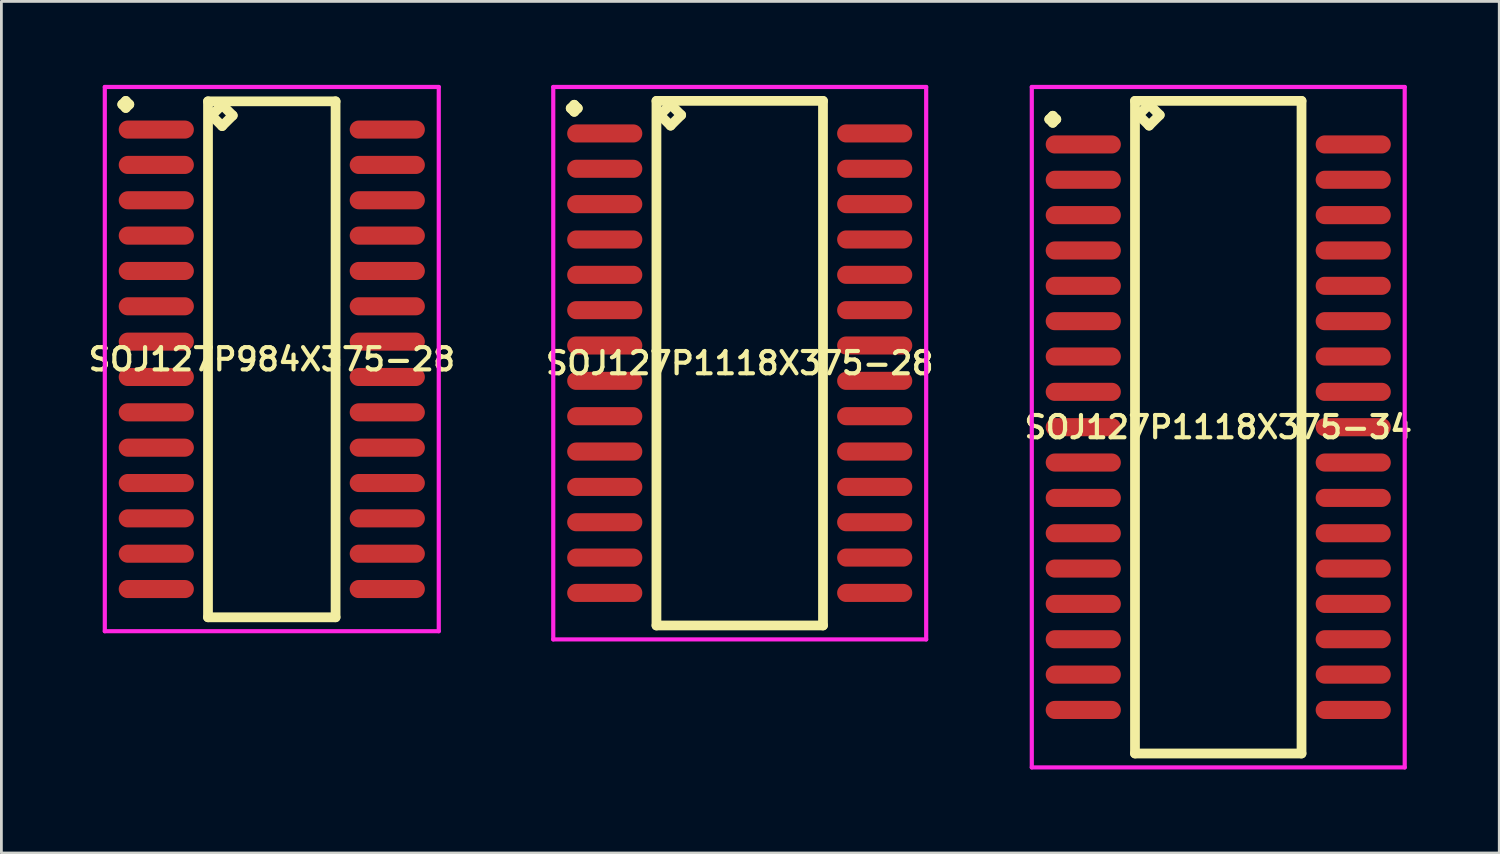
<source format=kicad_pcb>
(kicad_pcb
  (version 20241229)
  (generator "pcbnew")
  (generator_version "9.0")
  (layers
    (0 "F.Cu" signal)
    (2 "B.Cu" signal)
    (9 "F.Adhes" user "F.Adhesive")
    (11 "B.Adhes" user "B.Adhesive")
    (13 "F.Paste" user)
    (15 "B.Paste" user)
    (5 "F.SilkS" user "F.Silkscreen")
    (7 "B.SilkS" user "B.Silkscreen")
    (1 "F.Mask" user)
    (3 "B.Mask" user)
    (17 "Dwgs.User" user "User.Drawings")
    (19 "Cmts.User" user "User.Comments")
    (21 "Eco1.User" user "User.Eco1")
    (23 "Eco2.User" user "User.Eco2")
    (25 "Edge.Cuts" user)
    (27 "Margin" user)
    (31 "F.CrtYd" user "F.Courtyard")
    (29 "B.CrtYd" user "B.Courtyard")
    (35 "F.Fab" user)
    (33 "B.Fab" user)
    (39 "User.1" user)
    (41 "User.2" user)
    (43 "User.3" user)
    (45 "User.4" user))
  (footprint "SOJ127P984X375-28"
    (layer "F.Cu")
    (at 6.716 9.861)
    (property "Reference" "SOJ127P984X375-28" (at 0 0 0) (layer "F.SilkS") (effects (font (size 0.8 0.8) (thickness 0.15))))
    (attr smd)
    (fp_line (start -5.373 -9.159) (end -5.246 -9.286) (stroke (width 0.35) (type solid)) (layer "F.SilkS"))
    (fp_line (start -5.246 -9.286) (end -5.119 -9.159) (stroke (width 0.35) (type solid)) (layer "F.SilkS"))
    (fp_line (start -5.246 -9.032) (end -5.373 -9.159) (stroke (width 0.35) (type solid)) (layer "F.SilkS"))
    (fp_line (start -5.119 -9.159) (end -5.246 -9.032) (stroke (width 0.35) (type solid)) (layer "F.SilkS"))
    (fp_line (start -2.292 -9.27) (end -2.292 9.27) (stroke (width 0.35) (type solid)) (layer "F.SilkS"))
    (fp_line (start -2.292 9.27) (end 2.292 9.27) (stroke (width 0.35) (type solid)) (layer "F.SilkS"))
    (fp_line (start -2.165 -8.762) (end -1.784 -9.143) (stroke (width 0.35) (type solid)) (layer "F.SilkS"))
    (fp_line (start -1.784 -9.143) (end -1.403 -8.762) (stroke (width 0.35) (type solid)) (layer "F.SilkS"))
    (fp_line (start -1.784 -8.381) (end -2.165 -8.762) (stroke (width 0.35) (type solid)) (layer "F.SilkS"))
    (fp_line (start -1.403 -8.762) (end -1.784 -8.381) (stroke (width 0.35) (type solid)) (layer "F.SilkS"))
    (fp_line (start 2.292 -9.27) (end -2.292 -9.27) (stroke (width 0.35) (type solid)) (layer "F.SilkS"))
    (fp_line (start 2.292 9.27) (end 2.292 -9.27) (stroke (width 0.35) (type solid)) (layer "F.SilkS"))
    (fp_line (start -6 -9.786) (end 6 -9.786) (stroke (width 0.15) (type solid)) (layer "F.CrtYd"))
    (fp_line (start -6 9.77) (end -6 -9.786) (stroke (width 0.15) (type solid)) (layer "F.CrtYd"))
    (fp_line (start 6 -9.786) (end 6 9.77) (stroke (width 0.15) (type solid)) (layer "F.CrtYd"))
    (fp_line (start 6 9.77) (end -6 9.77) (stroke (width 0.15) (type solid)) (layer "F.CrtYd"))
    (pad "1" smd oval (at -4.15 -8.255) (size 2.7 0.65) (layers "F.Cu" "F.Mask" "F.Paste"))
    (pad "2" smd oval (at -4.15 -6.985) (size 2.7 0.65) (layers "F.Cu" "F.Mask" "F.Paste"))
    (pad "3" smd oval (at -4.15 -5.715) (size 2.7 0.65) (layers "F.Cu" "F.Mask" "F.Paste"))
    (pad "4" smd oval (at -4.15 -4.445) (size 2.7 0.65) (layers "F.Cu" "F.Mask" "F.Paste"))
    (pad "5" smd oval (at -4.15 -3.175) (size 2.7 0.65) (layers "F.Cu" "F.Mask" "F.Paste"))
    (pad "6" smd oval (at -4.15 -1.905) (size 2.7 0.65) (layers "F.Cu" "F.Mask" "F.Paste"))
    (pad "7" smd oval (at -4.15 -0.635) (size 2.7 0.65) (layers "F.Cu" "F.Mask" "F.Paste"))
    (pad "8" smd oval (at -4.15 0.635) (size 2.7 0.65) (layers "F.Cu" "F.Mask" "F.Paste"))
    (pad "9" smd oval (at -4.15 1.905) (size 2.7 0.65) (layers "F.Cu" "F.Mask" "F.Paste"))
    (pad "10" smd oval (at -4.15 3.175) (size 2.7 0.65) (layers "F.Cu" "F.Mask" "F.Paste"))
    (pad "11" smd oval (at -4.15 4.445) (size 2.7 0.65) (layers "F.Cu" "F.Mask" "F.Paste"))
    (pad "12" smd oval (at -4.15 5.715) (size 2.7 0.65) (layers "F.Cu" "F.Mask" "F.Paste"))
    (pad "13" smd oval (at -4.15 6.985) (size 2.7 0.65) (layers "F.Cu" "F.Mask" "F.Paste"))
    (pad "14" smd oval (at -4.15 8.255) (size 2.7 0.65) (layers "F.Cu" "F.Mask" "F.Paste"))
    (pad "15" smd oval (at 4.15 8.255) (size 2.7 0.65) (layers "F.Cu" "F.Mask" "F.Paste"))
    (pad "16" smd oval (at 4.15 6.985) (size 2.7 0.65) (layers "F.Cu" "F.Mask" "F.Paste"))
    (pad "17" smd oval (at 4.15 5.715) (size 2.7 0.65) (layers "F.Cu" "F.Mask" "F.Paste"))
    (pad "18" smd oval (at 4.15 4.445) (size 2.7 0.65) (layers "F.Cu" "F.Mask" "F.Paste"))
    (pad "19" smd oval (at 4.15 3.175) (size 2.7 0.65) (layers "F.Cu" "F.Mask" "F.Paste"))
    (pad "20" smd oval (at 4.15 1.905) (size 2.7 0.65) (layers "F.Cu" "F.Mask" "F.Paste"))
    (pad "21" smd oval (at 4.15 0.635) (size 2.7 0.65) (layers "F.Cu" "F.Mask" "F.Paste"))
    (pad "22" smd oval (at 4.15 -0.635) (size 2.7 0.65) (layers "F.Cu" "F.Mask" "F.Paste"))
    (pad "23" smd oval (at 4.15 -1.905) (size 2.7 0.65) (layers "F.Cu" "F.Mask" "F.Paste"))
    (pad "24" smd oval (at 4.15 -3.175) (size 2.7 0.65) (layers "F.Cu" "F.Mask" "F.Paste"))
    (pad "25" smd oval (at 4.15 -4.445) (size 2.7 0.65) (layers "F.Cu" "F.Mask" "F.Paste"))
    (pad "26" smd oval (at 4.15 -5.715) (size 2.7 0.65) (layers "F.Cu" "F.Mask" "F.Paste"))
    (pad "27" smd oval (at 4.15 -6.985) (size 2.7 0.65) (layers "F.Cu" "F.Mask" "F.Paste"))
    (pad "28" smd oval (at 4.15 -8.255) (size 2.7 0.65) (layers "F.Cu" "F.Mask" "F.Paste")))
  (footprint "SOJ127P1118X375-28"
    (layer "F.Cu")
    (at 23.53 10)
    (property "Reference" "SOJ127P1118X375-28" (at 0 0 0) (layer "F.SilkS") (effects (font (size 0.8 0.8) (thickness 0.15))))
    (attr through_hole)
    (fp_line (start -6.073 -9.159) (end -5.946 -9.286) (stroke (width 0.35) (type solid)) (layer "F.SilkS"))
    (fp_line (start -5.946 -9.286) (end -5.819 -9.159) (stroke (width 0.35) (type solid)) (layer "F.SilkS"))
    (fp_line (start -5.946 -9.032) (end -6.073 -9.159) (stroke (width 0.35) (type solid)) (layer "F.SilkS"))
    (fp_line (start -5.819 -9.159) (end -5.946 -9.032) (stroke (width 0.35) (type solid)) (layer "F.SilkS"))
    (fp_line (start -2.992 -9.425) (end -2.992 9.425) (stroke (width 0.35) (type solid)) (layer "F.SilkS"))
    (fp_line (start -2.992 9.425) (end 2.992 9.425) (stroke (width 0.35) (type solid)) (layer "F.SilkS"))
    (fp_line (start -2.865 -8.917) (end -2.484 -9.298) (stroke (width 0.35) (type solid)) (layer "F.SilkS"))
    (fp_line (start -2.484 -9.298) (end -2.103 -8.917) (stroke (width 0.35) (type solid)) (layer "F.SilkS"))
    (fp_line (start -2.484 -8.536) (end -2.865 -8.917) (stroke (width 0.35) (type solid)) (layer "F.SilkS"))
    (fp_line (start -2.103 -8.917) (end -2.484 -8.536) (stroke (width 0.35) (type solid)) (layer "F.SilkS"))
    (fp_line (start 2.992 -9.425) (end -2.992 -9.425) (stroke (width 0.35) (type solid)) (layer "F.SilkS"))
    (fp_line (start 2.992 9.425) (end 2.992 -9.425) (stroke (width 0.35) (type solid)) (layer "F.SilkS"))
    (fp_line (start -6.7 -9.925) (end 6.7 -9.925) (stroke (width 0.15) (type solid)) (layer "F.CrtYd"))
    (fp_line (start -6.7 9.925) (end -6.7 -9.925) (stroke (width 0.15) (type solid)) (layer "F.CrtYd"))
    (fp_line (start 6.7 -9.925) (end 6.7 9.925) (stroke (width 0.15) (type solid)) (layer "F.CrtYd"))
    (fp_line (start 6.7 9.925) (end -6.7 9.925) (stroke (width 0.15) (type solid)) (layer "F.CrtYd"))
    (pad "1" smd oval (at -4.85 -8.255) (size 2.7 0.65) (layers "F.Cu" "F.Mask" "F.Paste"))
    (pad "2" smd oval (at -4.85 -6.985) (size 2.7 0.65) (layers "F.Cu" "F.Mask" "F.Paste"))
    (pad "3" smd oval (at -4.85 -5.715) (size 2.7 0.65) (layers "F.Cu" "F.Mask" "F.Paste"))
    (pad "4" smd oval (at -4.85 -4.445) (size 2.7 0.65) (layers "F.Cu" "F.Mask" "F.Paste"))
    (pad "5" smd oval (at -4.85 -3.175) (size 2.7 0.65) (layers "F.Cu" "F.Mask" "F.Paste"))
    (pad "6" smd oval (at -4.85 -1.905) (size 2.7 0.65) (layers "F.Cu" "F.Mask" "F.Paste"))
    (pad "7" smd oval (at -4.85 -0.635) (size 2.7 0.65) (layers "F.Cu" "F.Mask" "F.Paste"))
    (pad "8" smd oval (at -4.85 0.635) (size 2.7 0.65) (layers "F.Cu" "F.Mask" "F.Paste"))
    (pad "9" smd oval (at -4.85 1.905) (size 2.7 0.65) (layers "F.Cu" "F.Mask" "F.Paste"))
    (pad "10" smd oval (at -4.85 3.175) (size 2.7 0.65) (layers "F.Cu" "F.Mask" "F.Paste"))
    (pad "11" smd oval (at -4.85 4.445) (size 2.7 0.65) (layers "F.Cu" "F.Mask" "F.Paste"))
    (pad "12" smd oval (at -4.85 5.715) (size 2.7 0.65) (layers "F.Cu" "F.Mask" "F.Paste"))
    (pad "13" smd oval (at -4.85 6.985) (size 2.7 0.65) (layers "F.Cu" "F.Mask" "F.Paste"))
    (pad "14" smd oval (at -4.85 8.255) (size 2.7 0.65) (layers "F.Cu" "F.Mask" "F.Paste"))
    (pad "15" smd oval (at 4.85 8.255) (size 2.7 0.65) (layers "F.Cu" "F.Mask" "F.Paste"))
    (pad "16" smd oval (at 4.85 6.985) (size 2.7 0.65) (layers "F.Cu" "F.Mask" "F.Paste"))
    (pad "17" smd oval (at 4.85 5.715) (size 2.7 0.65) (layers "F.Cu" "F.Mask" "F.Paste"))
    (pad "18" smd oval (at 4.85 4.445) (size 2.7 0.65) (layers "F.Cu" "F.Mask" "F.Paste"))
    (pad "19" smd oval (at 4.85 3.175) (size 2.7 0.65) (layers "F.Cu" "F.Mask" "F.Paste"))
    (pad "20" smd oval (at 4.85 1.905) (size 2.7 0.65) (layers "F.Cu" "F.Mask" "F.Paste"))
    (pad "21" smd oval (at 4.85 0.635) (size 2.7 0.65) (layers "F.Cu" "F.Mask" "F.Paste"))
    (pad "22" smd oval (at 4.85 -0.635) (size 2.7 0.65) (layers "F.Cu" "F.Mask" "F.Paste"))
    (pad "23" smd oval (at 4.85 -1.905) (size 2.7 0.65) (layers "F.Cu" "F.Mask" "F.Paste"))
    (pad "24" smd oval (at 4.85 -3.175) (size 2.7 0.65) (layers "F.Cu" "F.Mask" "F.Paste"))
    (pad "25" smd oval (at 4.85 -4.445) (size 2.7 0.65) (layers "F.Cu" "F.Mask" "F.Paste"))
    (pad "26" smd oval (at 4.85 -5.715) (size 2.7 0.65) (layers "F.Cu" "F.Mask" "F.Paste"))
    (pad "27" smd oval (at 4.85 -6.985) (size 2.7 0.65) (layers "F.Cu" "F.Mask" "F.Paste"))
    (pad "28" smd oval (at 4.85 -8.255) (size 2.7 0.65) (layers "F.Cu" "F.Mask" "F.Paste")))
  (footprint "SOJ127P1118X375-34"
    (layer "F.Cu")
    (at 40.725 12.3)
    (property "Reference" "SOJ127P1118X375-34" (at 0 0 0) (layer "F.SilkS") (effects (font (size 0.8 0.8) (thickness 0.15))))
    (attr smd)
    (fp_line (start -6.073 -11.064) (end -5.946 -11.191) (stroke (width 0.35) (type solid)) (layer "F.SilkS"))
    (fp_line (start -5.946 -11.191) (end -5.819 -11.064) (stroke (width 0.35) (type solid)) (layer "F.SilkS"))
    (fp_line (start -5.946 -10.937) (end -6.073 -11.064) (stroke (width 0.35) (type solid)) (layer "F.SilkS"))
    (fp_line (start -5.819 -11.064) (end -5.946 -10.937) (stroke (width 0.35) (type solid)) (layer "F.SilkS"))
    (fp_line (start -2.992 -11.725) (end -2.992 11.725) (stroke (width 0.35) (type solid)) (layer "F.SilkS"))
    (fp_line (start -2.992 11.725) (end 2.992 11.725) (stroke (width 0.35) (type solid)) (layer "F.SilkS"))
    (fp_line (start -2.865 -11.217) (end -2.484 -11.598) (stroke (width 0.35) (type solid)) (layer "F.SilkS"))
    (fp_line (start -2.484 -11.598) (end -2.103 -11.217) (stroke (width 0.35) (type solid)) (layer "F.SilkS"))
    (fp_line (start -2.484 -10.836) (end -2.865 -11.217) (stroke (width 0.35) (type solid)) (layer "F.SilkS"))
    (fp_line (start -2.103 -11.217) (end -2.484 -10.836) (stroke (width 0.35) (type solid)) (layer "F.SilkS"))
    (fp_line (start 2.992 -11.725) (end -2.992 -11.725) (stroke (width 0.35) (type solid)) (layer "F.SilkS"))
    (fp_line (start 2.992 11.725) (end 2.992 -11.725) (stroke (width 0.35) (type solid)) (layer "F.SilkS"))
    (fp_line (start -6.7 -12.225) (end 6.7 -12.225) (stroke (width 0.15) (type solid)) (layer "F.CrtYd"))
    (fp_line (start -6.7 12.225) (end -6.7 -12.225) (stroke (width 0.15) (type solid)) (layer "F.CrtYd"))
    (fp_line (start 6.7 -12.225) (end 6.7 12.225) (stroke (width 0.15) (type solid)) (layer "F.CrtYd"))
    (fp_line (start 6.7 12.225) (end -6.7 12.225) (stroke (width 0.15) (type solid)) (layer "F.CrtYd"))
    (pad "1" smd oval (at -4.85 -10.16) (size 2.7 0.65) (layers "F.Cu" "F.Mask" "F.Paste"))
    (pad "2" smd oval (at -4.85 -8.89) (size 2.7 0.65) (layers "F.Cu" "F.Mask" "F.Paste"))
    (pad "3" smd oval (at -4.85 -7.62) (size 2.7 0.65) (layers "F.Cu" "F.Mask" "F.Paste"))
    (pad "4" smd oval (at -4.85 -6.35) (size 2.7 0.65) (layers "F.Cu" "F.Mask" "F.Paste"))
    (pad "5" smd oval (at -4.85 -5.08) (size 2.7 0.65) (layers "F.Cu" "F.Mask" "F.Paste"))
    (pad "6" smd oval (at -4.85 -3.81) (size 2.7 0.65) (layers "F.Cu" "F.Mask" "F.Paste"))
    (pad "7" smd oval (at -4.85 -2.54) (size 2.7 0.65) (layers "F.Cu" "F.Mask" "F.Paste"))
    (pad "8" smd oval (at -4.85 -1.27) (size 2.7 0.65) (layers "F.Cu" "F.Mask" "F.Paste"))
    (pad "9" smd oval (at -4.85 0) (size 2.7 0.65) (layers "F.Cu" "F.Mask" "F.Paste"))
    (pad "10" smd oval (at -4.85 1.27) (size 2.7 0.65) (layers "F.Cu" "F.Mask" "F.Paste"))
    (pad "11" smd oval (at -4.85 2.54) (size 2.7 0.65) (layers "F.Cu" "F.Mask" "F.Paste"))
    (pad "12" smd oval (at -4.85 3.81) (size 2.7 0.65) (layers "F.Cu" "F.Mask" "F.Paste"))
    (pad "13" smd oval (at -4.85 5.08) (size 2.7 0.65) (layers "F.Cu" "F.Mask" "F.Paste"))
    (pad "14" smd oval (at -4.85 6.35) (size 2.7 0.65) (layers "F.Cu" "F.Mask" "F.Paste"))
    (pad "15" smd oval (at -4.85 7.62) (size 2.7 0.65) (layers "F.Cu" "F.Mask" "F.Paste"))
    (pad "16" smd oval (at -4.85 8.89) (size 2.7 0.65) (layers "F.Cu" "F.Mask" "F.Paste"))
    (pad "17" smd oval (at -4.85 10.16) (size 2.7 0.65) (layers "F.Cu" "F.Mask" "F.Paste"))
    (pad "18" smd oval (at 4.85 10.16) (size 2.7 0.65) (layers "F.Cu" "F.Mask" "F.Paste"))
    (pad "19" smd oval (at 4.85 8.89) (size 2.7 0.65) (layers "F.Cu" "F.Mask" "F.Paste"))
    (pad "20" smd oval (at 4.85 7.62) (size 2.7 0.65) (layers "F.Cu" "F.Mask" "F.Paste"))
    (pad "21" smd oval (at 4.85 6.35) (size 2.7 0.65) (layers "F.Cu" "F.Mask" "F.Paste"))
    (pad "22" smd oval (at 4.85 5.08) (size 2.7 0.65) (layers "F.Cu" "F.Mask" "F.Paste"))
    (pad "23" smd oval (at 4.85 3.81) (size 2.7 0.65) (layers "F.Cu" "F.Mask" "F.Paste"))
    (pad "24" smd oval (at 4.85 2.54) (size 2.7 0.65) (layers "F.Cu" "F.Mask" "F.Paste"))
    (pad "25" smd oval (at 4.85 1.27) (size 2.7 0.65) (layers "F.Cu" "F.Mask" "F.Paste"))
    (pad "26" smd oval (at 4.85 0) (size 2.7 0.65) (layers "F.Cu" "F.Mask" "F.Paste"))
    (pad "27" smd oval (at 4.85 -1.27) (size 2.7 0.65) (layers "F.Cu" "F.Mask" "F.Paste"))
    (pad "28" smd oval (at 4.85 -2.54) (size 2.7 0.65) (layers "F.Cu" "F.Mask" "F.Paste"))
    (pad "29" smd oval (at 4.85 -3.81) (size 2.7 0.65) (layers "F.Cu" "F.Mask" "F.Paste"))
    (pad "30" smd oval (at 4.85 -5.08) (size 2.7 0.65) (layers "F.Cu" "F.Mask" "F.Paste"))
    (pad "31" smd oval (at 4.85 -6.35) (size 2.7 0.65) (layers "F.Cu" "F.Mask" "F.Paste"))
    (pad "32" smd oval (at 4.85 -7.62) (size 2.7 0.65) (layers "F.Cu" "F.Mask" "F.Paste"))
    (pad "33" smd oval (at 4.85 -8.89) (size 2.7 0.65) (layers "F.Cu" "F.Mask" "F.Paste"))
    (pad "34" smd oval (at 4.85 -10.16) (size 2.7 0.65) (layers "F.Cu" "F.Mask" "F.Paste")))
  (gr_rect
    (start -3 -3)
    (end 50.822 27.6)
    (stroke (width 0.1) (type default))
    (fill no)
    (layer "Edge.Cuts")))
</source>
